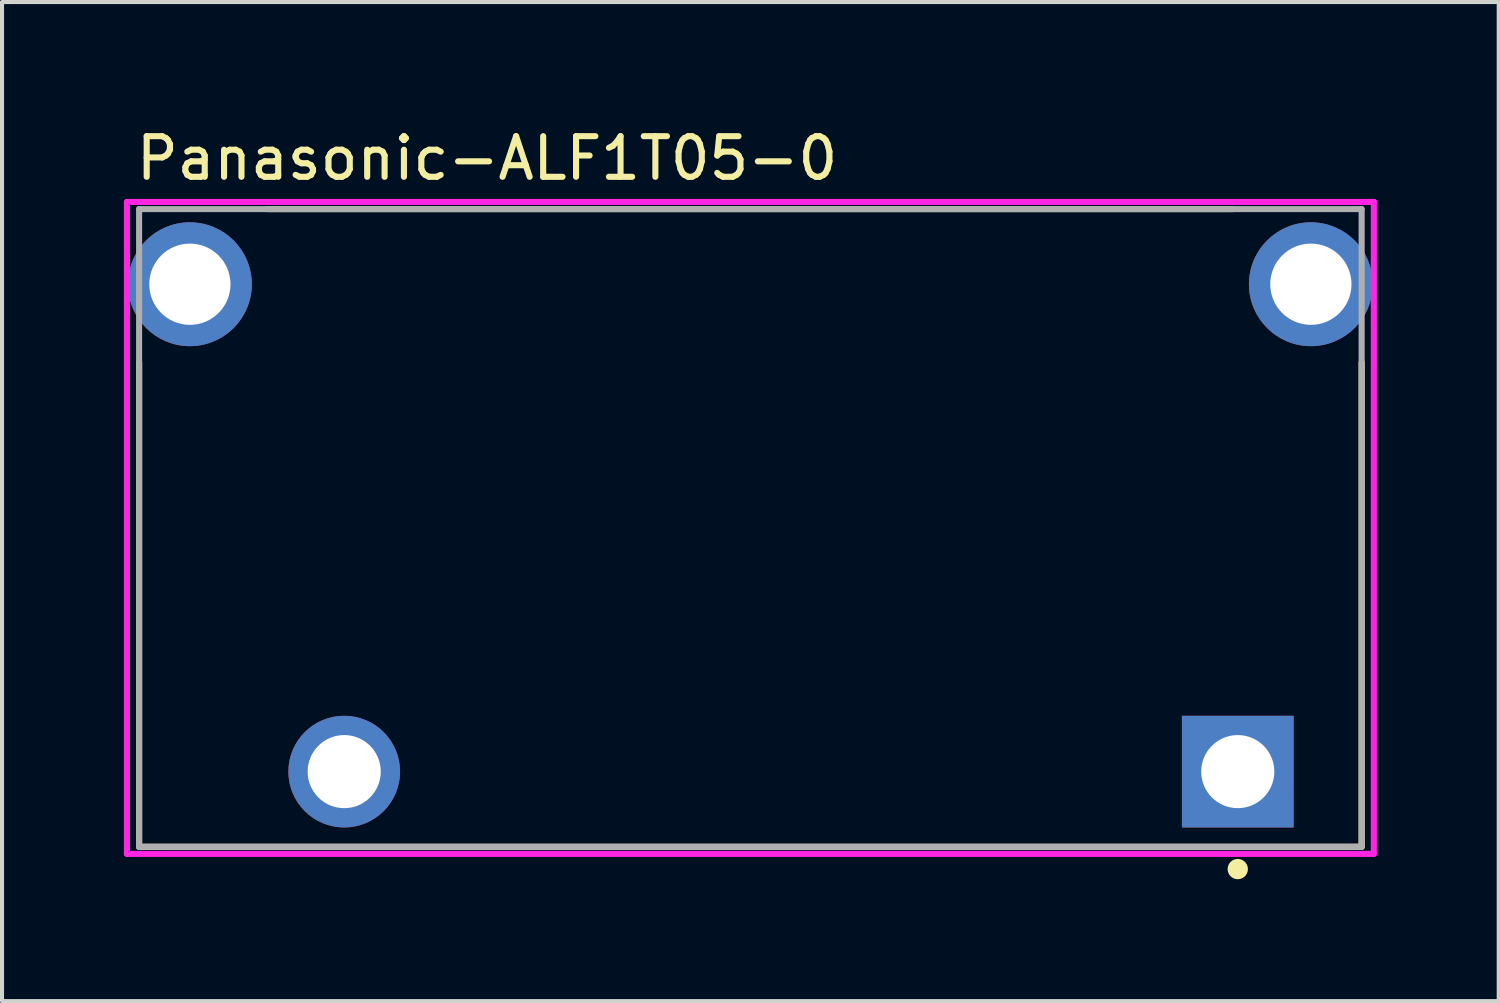
<source format=kicad_pcb>
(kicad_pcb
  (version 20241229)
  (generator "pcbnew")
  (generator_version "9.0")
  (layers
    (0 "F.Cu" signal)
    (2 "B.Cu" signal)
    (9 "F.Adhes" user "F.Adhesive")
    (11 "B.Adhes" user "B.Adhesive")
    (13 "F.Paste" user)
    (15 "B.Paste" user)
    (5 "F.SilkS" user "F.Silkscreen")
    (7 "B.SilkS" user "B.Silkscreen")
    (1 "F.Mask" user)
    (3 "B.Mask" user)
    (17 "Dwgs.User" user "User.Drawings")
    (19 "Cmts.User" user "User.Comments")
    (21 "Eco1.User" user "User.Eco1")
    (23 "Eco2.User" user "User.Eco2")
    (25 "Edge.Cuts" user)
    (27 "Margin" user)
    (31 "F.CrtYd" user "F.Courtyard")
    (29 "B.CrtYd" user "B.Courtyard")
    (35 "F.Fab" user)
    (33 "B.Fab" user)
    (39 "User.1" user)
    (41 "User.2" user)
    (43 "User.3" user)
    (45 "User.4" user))
  (footprint "Panasonic-ALF1T05-0"
    (layer "F.Cu")
    (at 15.425 9.948)
    (property "Reference" "Panasonic-ALF1T05-0" (at -15.2 -9.1 0) (layer "F.SilkS") (effects (font (size 1 1) (thickness 0.15)) (justify left)))
    (attr through_hole)
    (fp_line (start -15.05 -4.075) (end -15.05 7.85) (stroke (width 0.15) (type solid)) (layer "F.SilkS"))
    (fp_line (start -15.05 7.85) (end 15.05 7.85) (stroke (width 0.15) (type solid)) (layer "F.SilkS"))
    (fp_line (start -11.875 -7.85) (end 11.875 -7.85) (stroke (width 0.15) (type solid)) (layer "F.SilkS"))
    (fp_line (start 15.05 7.85) (end 15.05 -4.075) (stroke (width 0.15) (type solid)) (layer "F.SilkS"))
    (fp_circle (center 12 8.4) (end 12.125 8.4) (stroke (width 0.25) (type solid)) (fill no) (layer "F.SilkS"))
    (fp_line (start -15.35 -8.025) (end -15.35 8.025) (stroke (width 0.15) (type solid)) (layer "F.CrtYd"))
    (fp_line (start -15.35 8.025) (end 15.35 8.025) (stroke (width 0.15) (type solid)) (layer "F.CrtYd"))
    (fp_line (start 15.35 -8.025) (end -15.35 -8.025) (stroke (width 0.15) (type solid)) (layer "F.CrtYd"))
    (fp_line (start 15.35 -8.025) (end 15.35 -8.025) (stroke (width 0.15) (type solid)) (layer "F.CrtYd"))
    (fp_line (start 15.35 8.025) (end 15.35 -8.025) (stroke (width 0.15) (type solid)) (layer "F.CrtYd"))
    (fp_line (start -15.05 -7.85) (end 15.05 -7.85) (stroke (width 0.15) (type solid)) (layer "F.Fab"))
    (fp_line (start -15.05 7.85) (end -15.05 -7.85) (stroke (width 0.15) (type solid)) (layer "F.Fab"))
    (fp_line (start 15.05 -7.85) (end 15.05 7.85) (stroke (width 0.15) (type solid)) (layer "F.Fab"))
    (fp_line (start 15.05 7.85) (end -15.05 7.85) (stroke (width 0.15) (type solid)) (layer "F.Fab"))
    (pad "1" thru_hole rect (at 12 6) (size 2.75 2.75) (drill 1.8) (layers "*.Cu"))
    (pad "2" thru_hole circle (at -10 6) (size 2.75 2.75) (drill 1.8) (layers "*.Cu"))
    (pad "3" thru_hole circle (at 13.8 -6) (size 3.05 3.05) (drill 2) (layers "*.Cu"))
    (pad "4" thru_hole circle (at -13.8 -6) (size 3.05 3.05) (drill 2) (layers "*.Cu")))
  (gr_rect
    (start -3 -3)
    (end 33.85 21.598)
    (stroke (width 0.1) (type default))
    (fill no)
    (layer "Edge.Cuts")))
</source>
